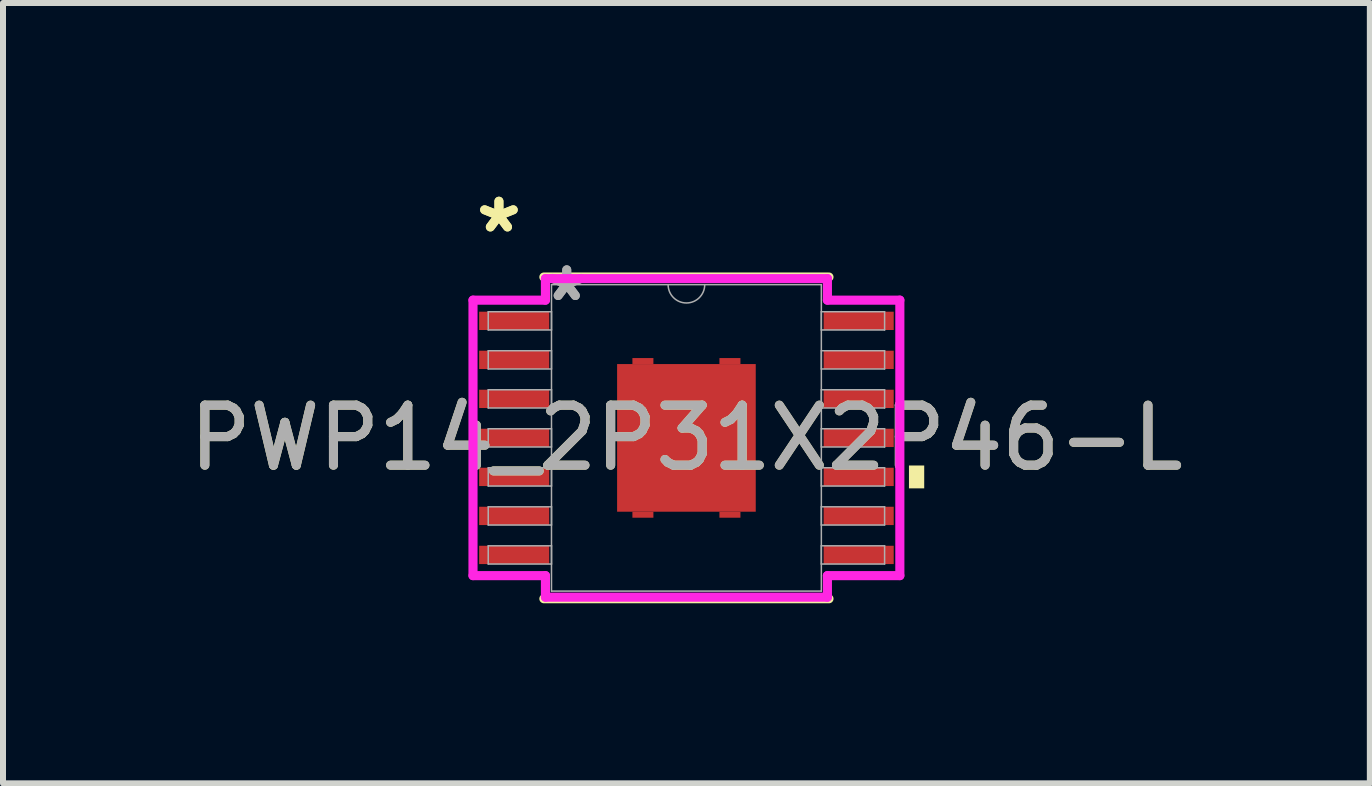
<source format=kicad_pcb>
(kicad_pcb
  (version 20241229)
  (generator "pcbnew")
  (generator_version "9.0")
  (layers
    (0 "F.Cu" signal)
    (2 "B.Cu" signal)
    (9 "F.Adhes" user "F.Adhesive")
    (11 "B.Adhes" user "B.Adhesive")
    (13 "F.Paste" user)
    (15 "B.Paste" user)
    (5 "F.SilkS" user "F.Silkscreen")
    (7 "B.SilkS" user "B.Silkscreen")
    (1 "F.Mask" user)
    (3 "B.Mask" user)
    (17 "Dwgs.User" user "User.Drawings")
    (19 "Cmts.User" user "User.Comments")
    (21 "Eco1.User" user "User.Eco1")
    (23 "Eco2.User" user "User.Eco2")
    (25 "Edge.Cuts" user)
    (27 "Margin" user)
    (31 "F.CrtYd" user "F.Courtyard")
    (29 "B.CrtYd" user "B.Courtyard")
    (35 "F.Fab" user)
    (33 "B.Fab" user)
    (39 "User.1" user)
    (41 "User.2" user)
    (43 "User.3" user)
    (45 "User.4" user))
  (footprint "PWP14_2P31X2P46-L"
    (layer "F.Cu")
    (at 8.387 4.246)
    (property "Reference" "PWP14_2P31X2P46-L" (at 0 0 0) (unlocked yes) (layer "F.SilkS") (effects (font (size 1 1) (thickness 0.15))))
    (attr smd)
    (fp_poly (pts (xy -0.55 -1.23) (xy -0.55 -1.33) (xy -0.9 -1.33) (xy -0.9 -1.23)) (stroke (width 0) (type solid)) (fill yes) (layer "F.Cu"))
    (fp_poly (pts (xy -0.55 1.23) (xy -0.55 1.33) (xy -0.9 1.33) (xy -0.9 1.23)) (stroke (width 0) (type solid)) (fill yes) (layer "F.Cu"))
    (fp_poly (pts (xy 0.55 -1.23) (xy 0.55 -1.33) (xy 0.9 -1.33) (xy 0.9 -1.23)) (stroke (width 0) (type solid)) (fill yes) (layer "F.Cu"))
    (fp_poly (pts (xy 0.55 1.23) (xy 0.55 1.33) (xy 0.9 1.33) (xy 0.9 1.23)) (stroke (width 0) (type solid)) (fill yes) (layer "F.Cu"))
    (fp_poly (pts (xy -0.55 -1.23) (xy -0.55 -1.33) (xy -0.9 -1.33) (xy -0.9 -1.23)) (stroke (width 0) (type solid)) (fill yes) (layer "F.Mask"))
    (fp_poly (pts (xy -0.55 1.23) (xy -0.55 1.33) (xy -0.9 1.33) (xy -0.9 1.23)) (stroke (width 0) (type solid)) (fill yes) (layer "F.Mask"))
    (fp_poly (pts (xy 0.55 -1.23) (xy 0.55 -1.33) (xy 0.9 -1.33) (xy 0.9 -1.23)) (stroke (width 0) (type solid)) (fill yes) (layer "F.Mask"))
    (fp_poly (pts (xy 0.55 1.23) (xy 0.55 1.33) (xy 0.9 1.33) (xy 0.9 1.23)) (stroke (width 0) (type solid)) (fill yes) (layer "F.Mask"))
    (fp_line (start -2.375 2.68) (end 2.375 2.68) (stroke (width 0.152) (type solid)) (layer "F.SilkS"))
    (fp_line (start 2.375 -2.68) (end -2.375 -2.68) (stroke (width 0.152) (type solid)) (layer "F.SilkS"))
    (fp_poly (pts (xy 3.962 0.46) (xy 3.962 0.841) (xy 3.708 0.841) (xy 3.708 0.46)) (stroke (width 0) (type solid)) (fill yes) (layer "F.SilkS"))
    (fp_line (start -3.556 -2.295) (end -2.349 -2.295) (stroke (width 0.152) (type solid)) (layer "F.CrtYd"))
    (fp_line (start -3.556 2.295) (end -3.556 -2.295) (stroke (width 0.152) (type solid)) (layer "F.CrtYd"))
    (fp_line (start -3.556 2.295) (end -2.349 2.295) (stroke (width 0.152) (type solid)) (layer "F.CrtYd"))
    (fp_line (start -2.349 -2.654) (end 2.349 -2.654) (stroke (width 0.152) (type solid)) (layer "F.CrtYd"))
    (fp_line (start -2.349 -2.295) (end -2.349 -2.654) (stroke (width 0.152) (type solid)) (layer "F.CrtYd"))
    (fp_line (start -2.349 2.654) (end -2.349 2.295) (stroke (width 0.152) (type solid)) (layer "F.CrtYd"))
    (fp_line (start 2.349 -2.654) (end 2.349 -2.295) (stroke (width 0.152) (type solid)) (layer "F.CrtYd"))
    (fp_line (start 2.349 2.295) (end 2.349 2.654) (stroke (width 0.152) (type solid)) (layer "F.CrtYd"))
    (fp_line (start 2.349 2.654) (end -2.349 2.654) (stroke (width 0.152) (type solid)) (layer "F.CrtYd"))
    (fp_line (start 3.556 -2.295) (end 2.349 -2.295) (stroke (width 0.152) (type solid)) (layer "F.CrtYd"))
    (fp_line (start 3.556 -2.295) (end 3.556 2.295) (stroke (width 0.152) (type solid)) (layer "F.CrtYd"))
    (fp_line (start 3.556 2.295) (end 2.349 2.295) (stroke (width 0.152) (type solid)) (layer "F.CrtYd"))
    (fp_line (start -3.302 -2.102) (end -3.302 -1.798) (stroke (width 0.025) (type solid)) (layer "F.Fab"))
    (fp_line (start -3.302 -1.798) (end -2.248 -1.798) (stroke (width 0.025) (type solid)) (layer "F.Fab"))
    (fp_line (start -3.302 -1.452) (end -3.302 -1.148) (stroke (width 0.025) (type solid)) (layer "F.Fab"))
    (fp_line (start -3.302 -1.148) (end -2.248 -1.148) (stroke (width 0.025) (type solid)) (layer "F.Fab"))
    (fp_line (start -3.302 -0.802) (end -3.302 -0.498) (stroke (width 0.025) (type solid)) (layer "F.Fab"))
    (fp_line (start -3.302 -0.498) (end -2.248 -0.498) (stroke (width 0.025) (type solid)) (layer "F.Fab"))
    (fp_line (start -3.302 -0.152) (end -3.302 0.152) (stroke (width 0.025) (type solid)) (layer "F.Fab"))
    (fp_line (start -3.302 0.152) (end -2.248 0.152) (stroke (width 0.025) (type solid)) (layer "F.Fab"))
    (fp_line (start -3.302 0.498) (end -3.302 0.802) (stroke (width 0.025) (type solid)) (layer "F.Fab"))
    (fp_line (start -3.302 0.802) (end -2.248 0.802) (stroke (width 0.025) (type solid)) (layer "F.Fab"))
    (fp_line (start -3.302 1.148) (end -3.302 1.452) (stroke (width 0.025) (type solid)) (layer "F.Fab"))
    (fp_line (start -3.302 1.452) (end -2.248 1.452) (stroke (width 0.025) (type solid)) (layer "F.Fab"))
    (fp_line (start -3.302 1.798) (end -3.302 2.102) (stroke (width 0.025) (type solid)) (layer "F.Fab"))
    (fp_line (start -3.302 2.102) (end -2.248 2.102) (stroke (width 0.025) (type solid)) (layer "F.Fab"))
    (fp_line (start -2.248 -2.553) (end -2.248 2.553) (stroke (width 0.025) (type solid)) (layer "F.Fab"))
    (fp_line (start -2.248 -2.102) (end -3.302 -2.102) (stroke (width 0.025) (type solid)) (layer "F.Fab"))
    (fp_line (start -2.248 -1.798) (end -2.248 -2.102) (stroke (width 0.025) (type solid)) (layer "F.Fab"))
    (fp_line (start -2.248 -1.452) (end -3.302 -1.452) (stroke (width 0.025) (type solid)) (layer "F.Fab"))
    (fp_line (start -2.248 -1.148) (end -2.248 -1.452) (stroke (width 0.025) (type solid)) (layer "F.Fab"))
    (fp_line (start -2.248 -0.802) (end -3.302 -0.802) (stroke (width 0.025) (type solid)) (layer "F.Fab"))
    (fp_line (start -2.248 -0.498) (end -2.248 -0.802) (stroke (width 0.025) (type solid)) (layer "F.Fab"))
    (fp_line (start -2.248 -0.152) (end -3.302 -0.152) (stroke (width 0.025) (type solid)) (layer "F.Fab"))
    (fp_line (start -2.248 0.152) (end -2.248 -0.152) (stroke (width 0.025) (type solid)) (layer "F.Fab"))
    (fp_line (start -2.248 0.498) (end -3.302 0.498) (stroke (width 0.025) (type solid)) (layer "F.Fab"))
    (fp_line (start -2.248 0.802) (end -2.248 0.498) (stroke (width 0.025) (type solid)) (layer "F.Fab"))
    (fp_line (start -2.248 1.148) (end -3.302 1.148) (stroke (width 0.025) (type solid)) (layer "F.Fab"))
    (fp_line (start -2.248 1.452) (end -2.248 1.148) (stroke (width 0.025) (type solid)) (layer "F.Fab"))
    (fp_line (start -2.248 1.798) (end -3.302 1.798) (stroke (width 0.025) (type solid)) (layer "F.Fab"))
    (fp_line (start -2.248 2.102) (end -2.248 1.798) (stroke (width 0.025) (type solid)) (layer "F.Fab"))
    (fp_line (start -2.248 2.553) (end 2.248 2.553) (stroke (width 0.025) (type solid)) (layer "F.Fab"))
    (fp_line (start 2.248 -2.553) (end -2.248 -2.553) (stroke (width 0.025) (type solid)) (layer "F.Fab"))
    (fp_line (start 2.248 -2.102) (end 2.248 -1.798) (stroke (width 0.025) (type solid)) (layer "F.Fab"))
    (fp_line (start 2.248 -1.798) (end 3.302 -1.798) (stroke (width 0.025) (type solid)) (layer "F.Fab"))
    (fp_line (start 2.248 -1.452) (end 2.248 -1.148) (stroke (width 0.025) (type solid)) (layer "F.Fab"))
    (fp_line (start 2.248 -1.148) (end 3.302 -1.148) (stroke (width 0.025) (type solid)) (layer "F.Fab"))
    (fp_line (start 2.248 -0.802) (end 2.248 -0.498) (stroke (width 0.025) (type solid)) (layer "F.Fab"))
    (fp_line (start 2.248 -0.498) (end 3.302 -0.498) (stroke (width 0.025) (type solid)) (layer "F.Fab"))
    (fp_line (start 2.248 -0.152) (end 2.248 0.152) (stroke (width 0.025) (type solid)) (layer "F.Fab"))
    (fp_line (start 2.248 0.152) (end 3.302 0.152) (stroke (width 0.025) (type solid)) (layer "F.Fab"))
    (fp_line (start 2.248 0.498) (end 2.248 0.802) (stroke (width 0.025) (type solid)) (layer "F.Fab"))
    (fp_line (start 2.248 0.802) (end 3.302 0.802) (stroke (width 0.025) (type solid)) (layer "F.Fab"))
    (fp_line (start 2.248 1.148) (end 2.248 1.452) (stroke (width 0.025) (type solid)) (layer "F.Fab"))
    (fp_line (start 2.248 1.452) (end 3.302 1.452) (stroke (width 0.025) (type solid)) (layer "F.Fab"))
    (fp_line (start 2.248 1.798) (end 2.248 2.102) (stroke (width 0.025) (type solid)) (layer "F.Fab"))
    (fp_line (start 2.248 2.102) (end 3.302 2.102) (stroke (width 0.025) (type solid)) (layer "F.Fab"))
    (fp_line (start 2.248 2.553) (end 2.248 -2.553) (stroke (width 0.025) (type solid)) (layer "F.Fab"))
    (fp_line (start 3.302 -2.102) (end 2.248 -2.102) (stroke (width 0.025) (type solid)) (layer "F.Fab"))
    (fp_line (start 3.302 -1.798) (end 3.302 -2.102) (stroke (width 0.025) (type solid)) (layer "F.Fab"))
    (fp_line (start 3.302 -1.452) (end 2.248 -1.452) (stroke (width 0.025) (type solid)) (layer "F.Fab"))
    (fp_line (start 3.302 -1.148) (end 3.302 -1.452) (stroke (width 0.025) (type solid)) (layer "F.Fab"))
    (fp_line (start 3.302 -0.802) (end 2.248 -0.802) (stroke (width 0.025) (type solid)) (layer "F.Fab"))
    (fp_line (start 3.302 -0.498) (end 3.302 -0.802) (stroke (width 0.025) (type solid)) (layer "F.Fab"))
    (fp_line (start 3.302 -0.152) (end 2.248 -0.152) (stroke (width 0.025) (type solid)) (layer "F.Fab"))
    (fp_line (start 3.302 0.152) (end 3.302 -0.152) (stroke (width 0.025) (type solid)) (layer "F.Fab"))
    (fp_line (start 3.302 0.498) (end 2.248 0.498) (stroke (width 0.025) (type solid)) (layer "F.Fab"))
    (fp_line (start 3.302 0.802) (end 3.302 0.498) (stroke (width 0.025) (type solid)) (layer "F.Fab"))
    (fp_line (start 3.302 1.148) (end 2.248 1.148) (stroke (width 0.025) (type solid)) (layer "F.Fab"))
    (fp_line (start 3.302 1.452) (end 3.302 1.148) (stroke (width 0.025) (type solid)) (layer "F.Fab"))
    (fp_line (start 3.302 1.798) (end 2.248 1.798) (stroke (width 0.025) (type solid)) (layer "F.Fab"))
    (fp_line (start 3.302 2.102) (end 3.302 1.798) (stroke (width 0.025) (type solid)) (layer "F.Fab"))
    (fp_arc (start 0.3048 -2.5527) (mid 0 -2.2479) (end -0.3048 -2.5527) (stroke (width 0.0254) (type solid)) (layer "F.Fab"))
    (fp_text user "*" (at -3.124 -3.398 0) (unlocked yes) (layer "F.SilkS") (effects (font (size 1 1) (thickness 0.15))))
    (fp_text user "*" (at -3.124 -3.398 0) (layer "F.SilkS") (effects (font (size 1 1) (thickness 0.15))))
    (fp_text user "*" (at -1.994 -2.255 0) (layer "F.Fab") (effects (font (size 1 1) (thickness 0.15))))
    (fp_text user "*" (at -1.994 -2.255 0) (unlocked yes) (layer "F.Fab") (effects (font (size 1 1) (thickness 0.15))))
    (fp_text user "${REFERENCE}" (at 0 0 0) (unlocked yes) (layer "F.Fab") (effects (font (size 1 1) (thickness 0.15))))
    (pad "1" smd rect (at -2.87 -1.95) (size 1.168 0.305) (layers "F.Cu" "F.Mask" "F.Paste"))
    (pad "2" smd rect (at -2.87 -1.3) (size 1.168 0.305) (layers "F.Cu" "F.Mask" "F.Paste"))
    (pad "3" smd rect (at -2.87 -0.65) (size 1.168 0.305) (layers "F.Cu" "F.Mask" "F.Paste"))
    (pad "4" smd rect (at -2.87 0) (size 1.168 0.305) (layers "F.Cu" "F.Mask" "F.Paste"))
    (pad "5" smd rect (at -2.87 0.65) (size 1.168 0.305) (layers "F.Cu" "F.Mask" "F.Paste"))
    (pad "6" smd rect (at -2.87 1.3) (size 1.168 0.305) (layers "F.Cu" "F.Mask" "F.Paste"))
    (pad "7" smd rect (at -2.87 1.95) (size 1.168 0.305) (layers "F.Cu" "F.Mask" "F.Paste"))
    (pad "8" smd rect (at 2.87 1.95) (size 1.168 0.305) (layers "F.Cu" "F.Mask" "F.Paste"))
    (pad "9" smd rect (at 2.87 1.3) (size 1.168 0.305) (layers "F.Cu" "F.Mask" "F.Paste"))
    (pad "10" smd rect (at 2.87 0.65) (size 1.168 0.305) (layers "F.Cu" "F.Mask" "F.Paste"))
    (pad "11" smd rect (at 2.87 0) (size 1.168 0.305) (layers "F.Cu" "F.Mask" "F.Paste"))
    (pad "12" smd rect (at 2.87 -0.65) (size 1.168 0.305) (layers "F.Cu" "F.Mask" "F.Paste"))
    (pad "13" smd rect (at 2.87 -1.3) (size 1.168 0.305) (layers "F.Cu" "F.Mask" "F.Paste"))
    (pad "14" smd rect (at 2.87 -1.95) (size 1.168 0.305) (layers "F.Cu" "F.Mask" "F.Paste"))
    (pad "15" smd rect (at 0 0) (size 2.31 2.46) (layers "F.Cu" "F.Mask" "F.Paste")))
  (gr_rect
    (start -3 -3)
    (end 19.774 10.002)
    (stroke (width 0.1) (type default))
    (fill no)
    (layer "Edge.Cuts")))
</source>
